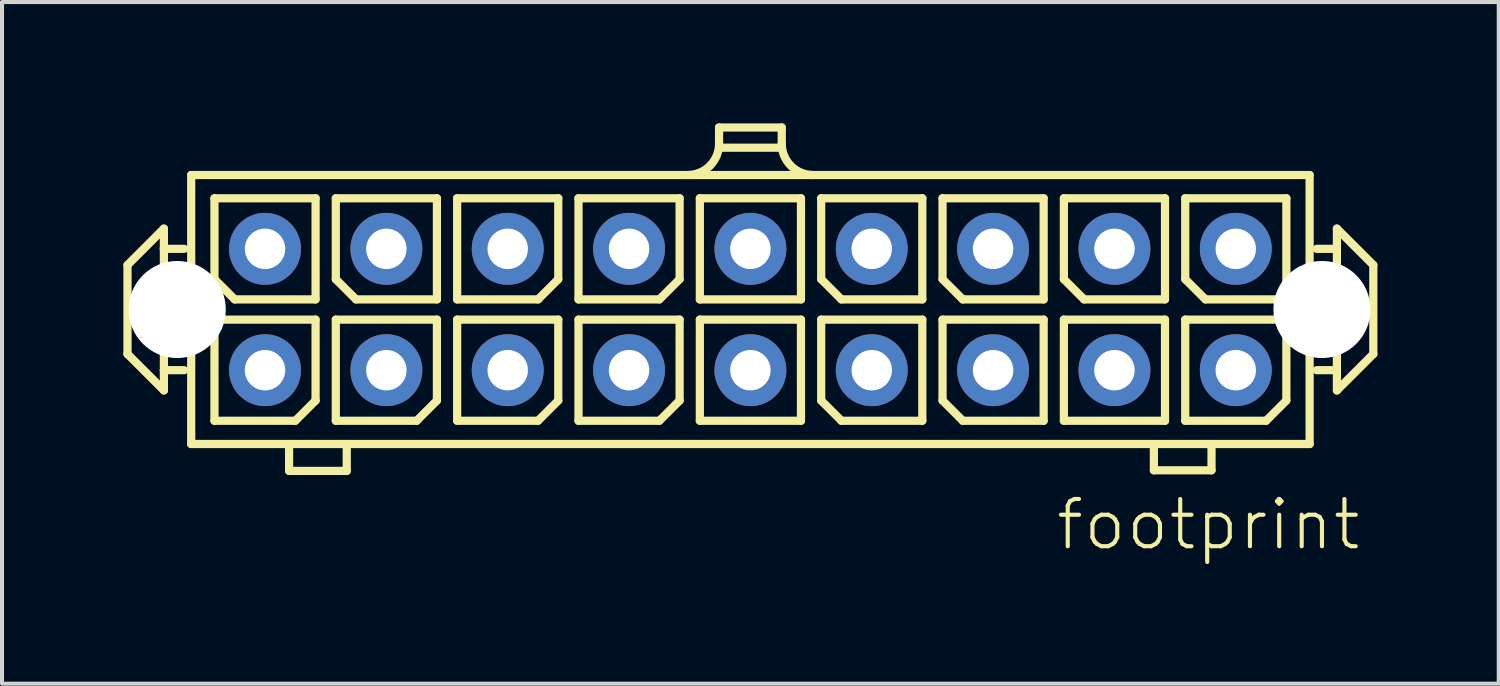
<source format=kicad_pcb>
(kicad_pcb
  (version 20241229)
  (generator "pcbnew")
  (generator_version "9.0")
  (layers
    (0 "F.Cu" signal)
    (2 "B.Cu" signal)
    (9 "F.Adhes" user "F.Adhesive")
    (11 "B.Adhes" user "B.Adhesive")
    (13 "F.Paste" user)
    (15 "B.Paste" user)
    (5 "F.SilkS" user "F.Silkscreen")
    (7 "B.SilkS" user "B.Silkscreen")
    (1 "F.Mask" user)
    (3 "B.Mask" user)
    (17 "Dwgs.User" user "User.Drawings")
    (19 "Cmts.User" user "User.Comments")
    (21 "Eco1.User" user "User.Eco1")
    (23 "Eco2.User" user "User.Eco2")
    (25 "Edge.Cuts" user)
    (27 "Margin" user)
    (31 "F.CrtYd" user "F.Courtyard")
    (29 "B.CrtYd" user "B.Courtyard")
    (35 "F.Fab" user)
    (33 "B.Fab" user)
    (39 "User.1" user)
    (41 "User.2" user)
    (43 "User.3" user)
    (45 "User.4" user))
  (footprint "footprint"
    (layer "F.Cu")
    (at 15.502 4.602)
    (property "Reference" "footprint" (at 7.5 6 0) (layer "F.SilkS") (effects (font (size 1.168 1.168) (thickness 0.102)) (justify left bottom)))
    (fp_line (start -15.4 -1.1) (end -14.5 -2) (stroke (width 0.203) (type solid)) (layer "F.SilkS"))
    (fp_line (start -15.4 1.1) (end -15.4 -1.1) (stroke (width 0.203) (type solid)) (layer "F.SilkS"))
    (fp_line (start -14.5 -2) (end -14.5 -1.5) (stroke (width 0.203) (type solid)) (layer "F.SilkS"))
    (fp_line (start -14.5 -1.5) (end -14.5 1.5) (stroke (width 0.203) (type solid)) (layer "F.SilkS"))
    (fp_line (start -14.5 -1.5) (end -14 -1.5) (stroke (width 0.203) (type solid)) (layer "F.SilkS"))
    (fp_line (start -14.5 1.5) (end -14.5 2) (stroke (width 0.203) (type solid)) (layer "F.SilkS"))
    (fp_line (start -14.5 1.5) (end -14 1.5) (stroke (width 0.203) (type solid)) (layer "F.SilkS"))
    (fp_line (start -14.5 2) (end -15.4 1.1) (stroke (width 0.203) (type solid)) (layer "F.SilkS"))
    (fp_line (start -13.825 -3.325) (end 13.825 -3.325) (stroke (width 0.203) (type solid)) (layer "F.SilkS"))
    (fp_line (start -13.825 3.325) (end -13.825 -3.325) (stroke (width 0.203) (type solid)) (layer "F.SilkS"))
    (fp_line (start -13.25 -2.75) (end -13.25 -0.75) (stroke (width 0.203) (type solid)) (layer "F.SilkS"))
    (fp_line (start -13.25 0.25) (end -13.25 2.75) (stroke (width 0.203) (type solid)) (layer "F.SilkS"))
    (fp_line (start -13.25 0.25) (end -10.75 0.25) (stroke (width 0.203) (type solid)) (layer "F.SilkS"))
    (fp_line (start -13.25 2.75) (end -11.25 2.75) (stroke (width 0.203) (type solid)) (layer "F.SilkS"))
    (fp_line (start -12.75 -0.25) (end -13.25 -0.75) (stroke (width 0.203) (type solid)) (layer "F.SilkS"))
    (fp_line (start -12.75 -0.25) (end -10.75 -0.25) (stroke (width 0.203) (type solid)) (layer "F.SilkS"))
    (fp_line (start -11.405 3.99) (end -11.405 3.44) (stroke (width 0.203) (type solid)) (layer "F.SilkS"))
    (fp_line (start -11.25 2.75) (end -10.75 2.25) (stroke (width 0.203) (type solid)) (layer "F.SilkS"))
    (fp_line (start -10.75 -2.75) (end -13.25 -2.75) (stroke (width 0.203) (type solid)) (layer "F.SilkS"))
    (fp_line (start -10.75 -2.75) (end -10.75 -0.25) (stroke (width 0.203) (type solid)) (layer "F.SilkS"))
    (fp_line (start -10.75 0.25) (end -10.75 2.25) (stroke (width 0.203) (type solid)) (layer "F.SilkS"))
    (fp_line (start -10.25 -2.75) (end -10.25 -0.75) (stroke (width 0.203) (type solid)) (layer "F.SilkS"))
    (fp_line (start -10.25 0.25) (end -10.25 2.75) (stroke (width 0.203) (type solid)) (layer "F.SilkS"))
    (fp_line (start -10.25 0.25) (end -7.75 0.25) (stroke (width 0.203) (type solid)) (layer "F.SilkS"))
    (fp_line (start -10.25 2.75) (end -8.25 2.75) (stroke (width 0.203) (type solid)) (layer "F.SilkS"))
    (fp_line (start -9.98 3.99) (end -11.405 3.99) (stroke (width 0.203) (type solid)) (layer "F.SilkS"))
    (fp_line (start -9.98 3.99) (end -9.98 3.44) (stroke (width 0.203) (type solid)) (layer "F.SilkS"))
    (fp_line (start -9.75 -0.25) (end -10.25 -0.75) (stroke (width 0.203) (type solid)) (layer "F.SilkS"))
    (fp_line (start -9.75 -0.25) (end -7.75 -0.25) (stroke (width 0.203) (type solid)) (layer "F.SilkS"))
    (fp_line (start -8.25 2.75) (end -7.75 2.25) (stroke (width 0.203) (type solid)) (layer "F.SilkS"))
    (fp_line (start -7.75 -2.75) (end -10.25 -2.75) (stroke (width 0.203) (type solid)) (layer "F.SilkS"))
    (fp_line (start -7.75 -2.75) (end -7.75 -0.25) (stroke (width 0.203) (type solid)) (layer "F.SilkS"))
    (fp_line (start -7.75 0.25) (end -7.75 2.25) (stroke (width 0.203) (type solid)) (layer "F.SilkS"))
    (fp_line (start -7.25 -2.75) (end -7.25 -0.25) (stroke (width 0.203) (type solid)) (layer "F.SilkS"))
    (fp_line (start -7.25 -0.25) (end -5.25 -0.25) (stroke (width 0.203) (type solid)) (layer "F.SilkS"))
    (fp_line (start -7.25 0.25) (end -7.25 2.75) (stroke (width 0.203) (type solid)) (layer "F.SilkS"))
    (fp_line (start -7.25 0.25) (end -4.75 0.25) (stroke (width 0.203) (type solid)) (layer "F.SilkS"))
    (fp_line (start -7.25 2.75) (end -5.25 2.75) (stroke (width 0.203) (type solid)) (layer "F.SilkS"))
    (fp_line (start -5.25 -0.25) (end -4.75 -0.75) (stroke (width 0.203) (type solid)) (layer "F.SilkS"))
    (fp_line (start -5.25 2.75) (end -4.75 2.25) (stroke (width 0.203) (type solid)) (layer "F.SilkS"))
    (fp_line (start -4.75 -2.75) (end -7.25 -2.75) (stroke (width 0.203) (type solid)) (layer "F.SilkS"))
    (fp_line (start -4.75 -2.75) (end -4.75 -0.75) (stroke (width 0.203) (type solid)) (layer "F.SilkS"))
    (fp_line (start -4.75 0.25) (end -4.75 2.25) (stroke (width 0.203) (type solid)) (layer "F.SilkS"))
    (fp_line (start -4.25 -2.75) (end -4.25 -0.25) (stroke (width 0.203) (type solid)) (layer "F.SilkS"))
    (fp_line (start -4.25 -0.25) (end -2.25 -0.25) (stroke (width 0.203) (type solid)) (layer "F.SilkS"))
    (fp_line (start -4.25 0.25) (end -4.25 2.75) (stroke (width 0.203) (type solid)) (layer "F.SilkS"))
    (fp_line (start -4.25 0.25) (end -1.75 0.25) (stroke (width 0.203) (type solid)) (layer "F.SilkS"))
    (fp_line (start -4.25 2.75) (end -2.25 2.75) (stroke (width 0.203) (type solid)) (layer "F.SilkS"))
    (fp_line (start -2.25 -0.25) (end -1.75 -0.75) (stroke (width 0.203) (type solid)) (layer "F.SilkS"))
    (fp_line (start -2.25 2.75) (end -1.75 2.25) (stroke (width 0.203) (type solid)) (layer "F.SilkS"))
    (fp_line (start -1.75 -2.75) (end -4.25 -2.75) (stroke (width 0.203) (type solid)) (layer "F.SilkS"))
    (fp_line (start -1.75 -2.75) (end -1.75 -0.75) (stroke (width 0.203) (type solid)) (layer "F.SilkS"))
    (fp_line (start -1.75 0.25) (end -1.75 2.25) (stroke (width 0.203) (type solid)) (layer "F.SilkS"))
    (fp_line (start -1.25 -2.75) (end -1.25 -0.25) (stroke (width 0.203) (type solid)) (layer "F.SilkS"))
    (fp_line (start -1.25 -0.25) (end 1.25 -0.25) (stroke (width 0.203) (type solid)) (layer "F.SilkS"))
    (fp_line (start -1.25 0.25) (end -1.25 2.75) (stroke (width 0.203) (type solid)) (layer "F.SilkS"))
    (fp_line (start -1.25 0.25) (end 1.25 0.25) (stroke (width 0.203) (type solid)) (layer "F.SilkS"))
    (fp_line (start -1.25 2.75) (end 1.25 2.75) (stroke (width 0.203) (type solid)) (layer "F.SilkS"))
    (fp_line (start -0.775 -4.5) (end 0.775 -4.5) (stroke (width 0.203) (type solid)) (layer "F.SilkS"))
    (fp_line (start -0.775 -4.1) (end -0.775 -4.5) (stroke (width 0.203) (type solid)) (layer "F.SilkS"))
    (fp_line (start 0.75 -4) (end -0.75 -4) (stroke (width 0.203) (type solid)) (layer "F.SilkS"))
    (fp_line (start 0.775 -4.1) (end 0.775 -4.5) (stroke (width 0.203) (type solid)) (layer "F.SilkS"))
    (fp_line (start 1.25 -2.75) (end -1.25 -2.75) (stroke (width 0.203) (type solid)) (layer "F.SilkS"))
    (fp_line (start 1.25 -2.75) (end 1.25 -0.25) (stroke (width 0.203) (type solid)) (layer "F.SilkS"))
    (fp_line (start 1.25 0.25) (end 1.25 2.75) (stroke (width 0.203) (type solid)) (layer "F.SilkS"))
    (fp_line (start 1.75 -2.75) (end 1.75 -0.75) (stroke (width 0.203) (type solid)) (layer "F.SilkS"))
    (fp_line (start 1.75 0.25) (end 1.75 2.25) (stroke (width 0.203) (type solid)) (layer "F.SilkS"))
    (fp_line (start 1.75 0.25) (end 4.25 0.25) (stroke (width 0.203) (type solid)) (layer "F.SilkS"))
    (fp_line (start 2.25 -0.25) (end 1.75 -0.75) (stroke (width 0.203) (type solid)) (layer "F.SilkS"))
    (fp_line (start 2.25 -0.25) (end 4.25 -0.25) (stroke (width 0.203) (type solid)) (layer "F.SilkS"))
    (fp_line (start 2.25 2.75) (end 1.75 2.25) (stroke (width 0.203) (type solid)) (layer "F.SilkS"))
    (fp_line (start 2.25 2.75) (end 4.25 2.75) (stroke (width 0.203) (type solid)) (layer "F.SilkS"))
    (fp_line (start 4.25 -2.75) (end 1.75 -2.75) (stroke (width 0.203) (type solid)) (layer "F.SilkS"))
    (fp_line (start 4.25 -2.75) (end 4.25 -0.25) (stroke (width 0.203) (type solid)) (layer "F.SilkS"))
    (fp_line (start 4.25 0.25) (end 4.25 2.75) (stroke (width 0.203) (type solid)) (layer "F.SilkS"))
    (fp_line (start 4.75 -2.75) (end 4.75 -0.75) (stroke (width 0.203) (type solid)) (layer "F.SilkS"))
    (fp_line (start 4.75 0.25) (end 4.75 2.25) (stroke (width 0.203) (type solid)) (layer "F.SilkS"))
    (fp_line (start 4.75 0.25) (end 7.25 0.25) (stroke (width 0.203) (type solid)) (layer "F.SilkS"))
    (fp_line (start 5.25 -0.25) (end 4.75 -0.75) (stroke (width 0.203) (type solid)) (layer "F.SilkS"))
    (fp_line (start 5.25 -0.25) (end 7.25 -0.25) (stroke (width 0.203) (type solid)) (layer "F.SilkS"))
    (fp_line (start 5.25 2.75) (end 4.75 2.25) (stroke (width 0.203) (type solid)) (layer "F.SilkS"))
    (fp_line (start 5.25 2.75) (end 7.25 2.75) (stroke (width 0.203) (type solid)) (layer "F.SilkS"))
    (fp_line (start 7.25 -2.75) (end 4.75 -2.75) (stroke (width 0.203) (type solid)) (layer "F.SilkS"))
    (fp_line (start 7.25 -2.75) (end 7.25 -0.25) (stroke (width 0.203) (type solid)) (layer "F.SilkS"))
    (fp_line (start 7.25 0.25) (end 7.25 2.75) (stroke (width 0.203) (type solid)) (layer "F.SilkS"))
    (fp_line (start 7.75 -2.75) (end 7.75 -0.75) (stroke (width 0.203) (type solid)) (layer "F.SilkS"))
    (fp_line (start 7.75 0.25) (end 7.75 2.75) (stroke (width 0.203) (type solid)) (layer "F.SilkS"))
    (fp_line (start 7.75 0.25) (end 10.25 0.25) (stroke (width 0.203) (type solid)) (layer "F.SilkS"))
    (fp_line (start 7.75 2.75) (end 10.25 2.75) (stroke (width 0.203) (type solid)) (layer "F.SilkS"))
    (fp_line (start 8.25 -0.25) (end 7.75 -0.75) (stroke (width 0.203) (type solid)) (layer "F.SilkS"))
    (fp_line (start 8.25 -0.25) (end 10.25 -0.25) (stroke (width 0.203) (type solid)) (layer "F.SilkS"))
    (fp_line (start 9.975 3.975) (end 9.975 3.425) (stroke (width 0.203) (type solid)) (layer "F.SilkS"))
    (fp_line (start 10.25 -2.75) (end 7.75 -2.75) (stroke (width 0.203) (type solid)) (layer "F.SilkS"))
    (fp_line (start 10.25 -2.75) (end 10.25 -0.25) (stroke (width 0.203) (type solid)) (layer "F.SilkS"))
    (fp_line (start 10.25 0.25) (end 10.25 2.75) (stroke (width 0.203) (type solid)) (layer "F.SilkS"))
    (fp_line (start 10.75 -2.75) (end 10.75 -0.75) (stroke (width 0.203) (type solid)) (layer "F.SilkS"))
    (fp_line (start 10.75 0.25) (end 10.75 2.75) (stroke (width 0.203) (type solid)) (layer "F.SilkS"))
    (fp_line (start 10.75 0.25) (end 13.25 0.25) (stroke (width 0.203) (type solid)) (layer "F.SilkS"))
    (fp_line (start 10.75 2.75) (end 12.75 2.75) (stroke (width 0.203) (type solid)) (layer "F.SilkS"))
    (fp_line (start 11.25 -0.25) (end 10.75 -0.75) (stroke (width 0.203) (type solid)) (layer "F.SilkS"))
    (fp_line (start 11.25 -0.25) (end 13.25 -0.25) (stroke (width 0.203) (type solid)) (layer "F.SilkS"))
    (fp_line (start 11.4 3.975) (end 9.975 3.975) (stroke (width 0.203) (type solid)) (layer "F.SilkS"))
    (fp_line (start 11.4 3.975) (end 11.4 3.425) (stroke (width 0.203) (type solid)) (layer "F.SilkS"))
    (fp_line (start 12.75 2.75) (end 13.25 2.25) (stroke (width 0.203) (type solid)) (layer "F.SilkS"))
    (fp_line (start 13.25 -2.75) (end 10.75 -2.75) (stroke (width 0.203) (type solid)) (layer "F.SilkS"))
    (fp_line (start 13.25 -0.25) (end 13.25 -2.75) (stroke (width 0.203) (type solid)) (layer "F.SilkS"))
    (fp_line (start 13.25 2.25) (end 13.25 0.25) (stroke (width 0.203) (type solid)) (layer "F.SilkS"))
    (fp_line (start 13.825 -3.325) (end 13.825 3.325) (stroke (width 0.203) (type solid)) (layer "F.SilkS"))
    (fp_line (start 13.825 3.325) (end -13.825 3.325) (stroke (width 0.203) (type solid)) (layer "F.SilkS"))
    (fp_line (start 14.5 -2) (end 14.5 -1.5) (stroke (width 0.203) (type solid)) (layer "F.SilkS"))
    (fp_line (start 14.5 -2) (end 15.4 -1.1) (stroke (width 0.203) (type solid)) (layer "F.SilkS"))
    (fp_line (start 14.5 -1.5) (end 14 -1.5) (stroke (width 0.203) (type solid)) (layer "F.SilkS"))
    (fp_line (start 14.5 -1.5) (end 14.5 1.5) (stroke (width 0.203) (type solid)) (layer "F.SilkS"))
    (fp_line (start 14.5 1.5) (end 14 1.5) (stroke (width 0.203) (type solid)) (layer "F.SilkS"))
    (fp_line (start 14.5 1.5) (end 14.5 2) (stroke (width 0.203) (type solid)) (layer "F.SilkS"))
    (fp_line (start 15.4 -1.1) (end 15.4 1.1) (stroke (width 0.203) (type solid)) (layer "F.SilkS"))
    (fp_line (start 15.4 1.1) (end 14.5 2) (stroke (width 0.203) (type solid)) (layer "F.SilkS"))
    (fp_arc (start -0.775 -4.1) (mid -1.001992 -3.551992) (end -1.55 -3.325) (stroke (width 0.2032) (type solid)) (layer "F.SilkS"))
    (fp_arc (start 1.55 -3.325) (mid 1.001992 -3.551992) (end 0.775 -4.1) (stroke (width 0.2032) (type solid)) (layer "F.SilkS"))
    (pad "" np_thru_hole circle (at -14.17 0) (size 2.4 2.4) (drill 2.4) (layers "*.Cu" "*.Mask"))
    (pad "" np_thru_hole circle (at 14.13 0) (size 2.4 2.4) (drill 2.4) (layers "*.Cu" "*.Mask"))
    (pad "1" thru_hole circle (at 12 1.5) (size 1.778 1.778) (drill 1) (layers "*.Cu" "*.Mask"))
    (pad "2" thru_hole circle (at 12 -1.5) (size 1.778 1.778) (drill 1) (layers "*.Cu" "*.Mask"))
    (pad "3" thru_hole circle (at 9 1.5) (size 1.778 1.778) (drill 1) (layers "*.Cu" "*.Mask"))
    (pad "4" thru_hole circle (at 9 -1.5) (size 1.778 1.778) (drill 1) (layers "*.Cu" "*.Mask"))
    (pad "5" thru_hole circle (at 6 1.5) (size 1.778 1.778) (drill 1) (layers "*.Cu" "*.Mask"))
    (pad "6" thru_hole circle (at 6 -1.5) (size 1.778 1.778) (drill 1) (layers "*.Cu" "*.Mask"))
    (pad "7" thru_hole circle (at 3 1.5) (size 1.778 1.778) (drill 1) (layers "*.Cu" "*.Mask"))
    (pad "8" thru_hole circle (at 3 -1.5) (size 1.778 1.778) (drill 1) (layers "*.Cu" "*.Mask"))
    (pad "9" thru_hole circle (at 0 1.5) (size 1.778 1.778) (drill 1) (layers "*.Cu" "*.Mask"))
    (pad "10" thru_hole circle (at 0 -1.5) (size 1.778 1.778) (drill 1) (layers "*.Cu" "*.Mask"))
    (pad "11" thru_hole circle (at -3 1.5) (size 1.778 1.778) (drill 1) (layers "*.Cu" "*.Mask"))
    (pad "12" thru_hole circle (at -3 -1.5) (size 1.778 1.778) (drill 1) (layers "*.Cu" "*.Mask"))
    (pad "13" thru_hole circle (at -6 1.5) (size 1.778 1.778) (drill 1) (layers "*.Cu" "*.Mask"))
    (pad "14" thru_hole circle (at -6 -1.5) (size 1.778 1.778) (drill 1) (layers "*.Cu" "*.Mask"))
    (pad "15" thru_hole circle (at -9 1.5) (size 1.778 1.778) (drill 1) (layers "*.Cu" "*.Mask"))
    (pad "16" thru_hole circle (at -9 -1.5) (size 1.778 1.778) (drill 1) (layers "*.Cu" "*.Mask"))
    (pad "17" thru_hole circle (at -12 1.5) (size 1.778 1.778) (drill 1) (layers "*.Cu" "*.Mask"))
    (pad "18" thru_hole circle (at -12 -1.5) (size 1.778 1.778) (drill 1) (layers "*.Cu" "*.Mask")))
  (gr_rect
    (start -3 -3)
    (end 34.003 13.852)
    (stroke (width 0.1) (type default))
    (fill no)
    (layer "Edge.Cuts")))
</source>
